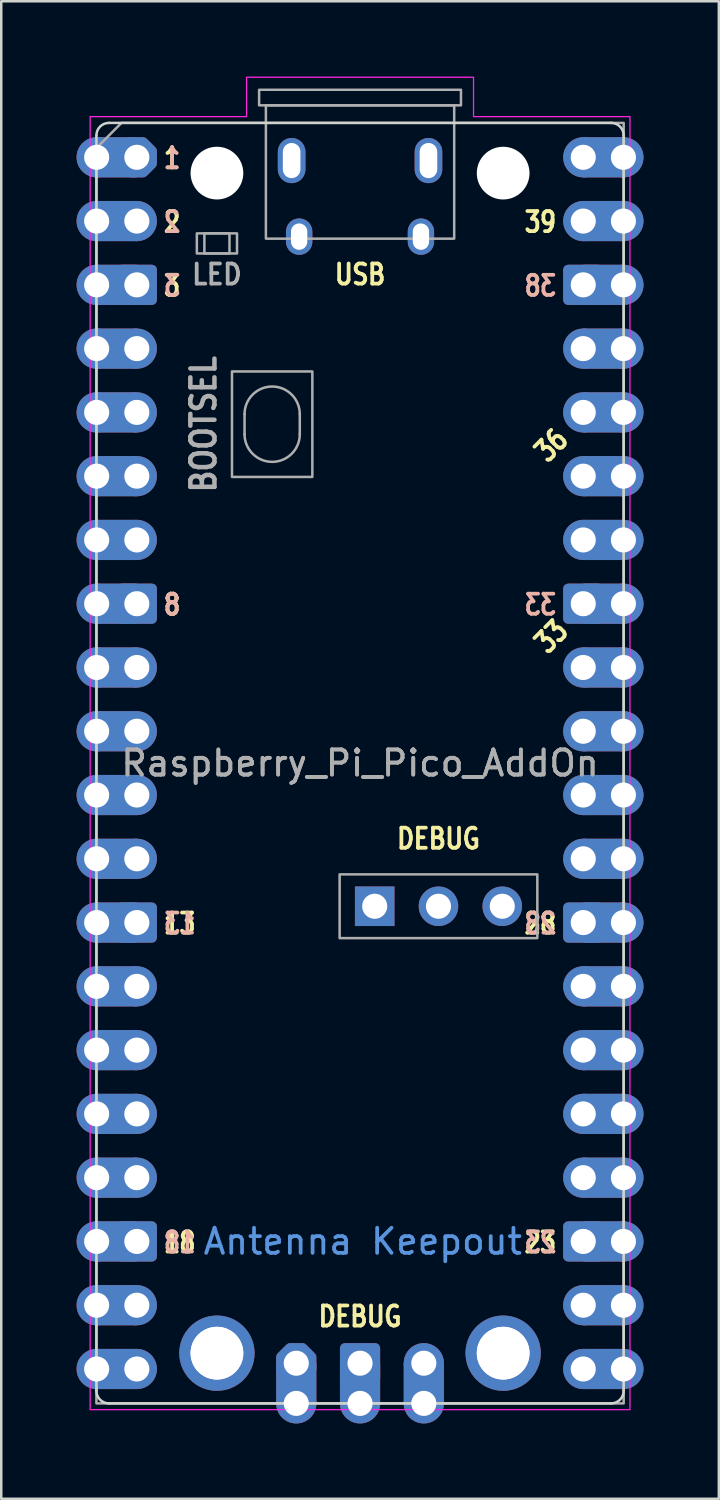
<source format=kicad_pcb>
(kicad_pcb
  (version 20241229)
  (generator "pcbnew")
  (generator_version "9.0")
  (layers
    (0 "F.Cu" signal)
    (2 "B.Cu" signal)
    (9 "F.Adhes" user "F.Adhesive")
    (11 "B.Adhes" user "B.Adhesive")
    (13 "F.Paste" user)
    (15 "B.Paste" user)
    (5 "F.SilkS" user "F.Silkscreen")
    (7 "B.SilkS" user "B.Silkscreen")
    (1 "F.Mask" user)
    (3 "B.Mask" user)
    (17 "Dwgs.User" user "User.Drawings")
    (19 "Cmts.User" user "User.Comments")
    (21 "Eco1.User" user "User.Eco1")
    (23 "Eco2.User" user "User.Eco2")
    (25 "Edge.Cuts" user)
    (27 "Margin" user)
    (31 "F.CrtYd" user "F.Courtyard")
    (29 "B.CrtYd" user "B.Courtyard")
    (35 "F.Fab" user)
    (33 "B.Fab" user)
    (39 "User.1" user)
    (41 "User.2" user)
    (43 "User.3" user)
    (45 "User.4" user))
  (footprint "Raspberry_Pi_Pico_AddOn"
    (layer "F.Cu")
    (at 2.4 3.215)
    (property "Reference" "Raspberry_Pi_Pico_AddOn" (at 8.89 24.13 0) (layer "F.Fab") (effects (font (size 1 1) (thickness 0.15))))
    (attr through_hole)
    (fp_line (start -1.61 -0.87) (end -1.61 49.13) (stroke (width 0.1) (type solid)) (layer "Edge.Cuts"))
    (fp_line (start -1.11 49.63) (end 18.89 49.63) (stroke (width 0.1) (type solid)) (layer "Edge.Cuts"))
    (fp_line (start 18.89 -1.37) (end -1.11 -1.37) (stroke (width 0.1) (type solid)) (layer "Edge.Cuts"))
    (fp_line (start 19.39 49.13) (end 19.39 -0.87) (stroke (width 0.1) (type solid)) (layer "Edge.Cuts"))
    (fp_arc (start -1.61 -0.87) (mid -1.463553 -1.223553) (end -1.11 -1.37) (stroke (width 0.1) (type solid)) (layer "Edge.Cuts"))
    (fp_arc (start -1.11 49.63) (mid -1.463553 49.483554) (end -1.61 49.13) (stroke (width 0.1) (type solid)) (layer "Edge.Cuts"))
    (fp_arc (start 18.89 -1.37) (mid 19.243553 -1.223553) (end 19.39 -0.87) (stroke (width 0.1) (type solid)) (layer "Edge.Cuts"))
    (fp_arc (start 19.39 49.13) (mid 19.243553 49.483553) (end 18.89 49.63) (stroke (width 0.1) (type solid)) (layer "Edge.Cuts"))
    (fp_poly (pts (xy 13.41 -1.62) (xy 19.64 -1.62) (xy 19.64 49.88) (xy -1.86 49.88) (xy -1.86 -1.62) (xy 4.37 -1.62) (xy 4.37 -3.19) (xy 13.41 -3.19)) (stroke (width 0.05) (type solid)) (fill no) (layer "F.CrtYd"))
    (fp_line (start 4.29 10.23) (end 4.29 11.03) (stroke (width 0.1) (type solid)) (layer "F.Fab"))
    (fp_line (start 6.49 10.23) (end 6.49 11.03) (stroke (width 0.1) (type solid)) (layer "F.Fab"))
    (fp_rect (start 2.39 3.03) (end 3.99 3.83) (stroke (width 0.1) (type solid)) (fill no) (layer "F.Fab"))
    (fp_rect (start 2.69 3.03) (end 3.69 3.83) (stroke (width 0.1) (type solid)) (fill no) (layer "F.Fab"))
    (fp_rect (start 3.79 8.53) (end 6.99 12.73) (stroke (width 0.1) (type solid)) (fill no) (layer "F.Fab"))
    (fp_rect (start 4.87 -2.69) (end 12.91 -2.07) (stroke (width 0.1) (type solid)) (fill no) (layer "F.Fab"))
    (fp_rect (start 5.14 -2.07) (end 12.64 3.24) (stroke (width 0.1) (type solid)) (fill no) (layer "F.Fab"))
    (fp_rect (start 8.077 28.56) (end 15.951 31.1) (stroke (width 0.1) (type solid)) (fill no) (layer "F.Fab"))
    (fp_arc (start 4.29 10.23) (mid 5.39 9.13) (end 6.49 10.23) (stroke (width 0.1) (type solid)) (layer "F.Fab"))
    (fp_arc (start 6.49 11.03) (mid 5.39 12.13) (end 4.29 11.03) (stroke (width 0.1) (type solid)) (layer "F.Fab"))
    (fp_poly (pts (xy 19.39 49.63) (xy -1.61 49.63) (xy -1.61 -0.37) (xy -0.61 -1.37) (xy 19.39 -1.37)) (stroke (width 0.1) (type solid)) (fill no) (layer "F.Fab"))
    (fp_text user "8" (at 1 17.818 0) (unlocked yes) (layer "F.SilkS") (effects (font (size 0.8 0.64) (thickness 0.15)) (justify left)))
    (fp_text user "2" (at 1 2.578 0) (unlocked yes) (layer "F.SilkS") (effects (font (size 0.8 0.64) (thickness 0.15)) (justify left)))
    (fp_text user "39" (at 16.78 2.578 0) (unlocked yes) (layer "F.SilkS") (effects (font (size 0.8 0.64) (thickness 0.15)) (justify right)))
    (fp_text user "28" (at 16.78 30.518 0) (unlocked yes) (layer "F.SilkS") (effects (font (size 0.8 0.64) (thickness 0.15)) (justify right)))
    (fp_text user "18" (at 1 43.218 0) (unlocked yes) (layer "F.SilkS") (effects (font (size 0.8 0.64) (thickness 0.15)) (justify left)))
    (fp_text user "1" (at 1 0.038 0) (unlocked yes) (layer "F.SilkS") (effects (font (size 0.8 0.64) (thickness 0.15)) (justify left)))
    (fp_text user "36" (at 16.51 11.468 45) (unlocked yes) (layer "F.SilkS") (effects (font (size 0.8 0.64) (thickness 0.15))))
    (fp_text user "DEBUG" (at 8.89 46.168 0) (unlocked yes) (layer "F.SilkS") (effects (font (size 0.8 0.66) (thickness 0.15))))
    (fp_text user "33" (at 16.51 19.088 45) (unlocked yes) (layer "F.SilkS") (effects (font (size 0.8 0.64) (thickness 0.15))))
    (fp_text user "USB" (at 8.89 4.668 0) (unlocked yes) (layer "F.SilkS") (effects (font (size 0.8 0.66) (thickness 0.15))))
    (fp_text user "3" (at 1 5.118 0) (unlocked yes) (layer "F.SilkS") (effects (font (size 0.8 0.64) (thickness 0.15)) (justify left)))
    (fp_text user "DEBUG" (at 12.014 27.138 0) (unlocked yes) (layer "F.SilkS") (effects (font (size 0.8 0.66) (thickness 0.15))))
    (fp_text user "13" (at 1 30.518 0) (unlocked yes) (layer "F.SilkS") (effects (font (size 0.8 0.64) (thickness 0.15)) (justify left)))
    (fp_text user "23" (at 16.78 43.218 0) (unlocked yes) (layer "F.SilkS") (effects (font (size 0.8 0.64) (thickness 0.15)) (justify right)))
    (fp_text user "2" (at 1 2.578 0) (unlocked yes) (layer "B.SilkS") (effects (font (size 0.8 0.64) (thickness 0.15)) (justify right mirror)))
    (fp_text user "13" (at 1 30.518 0) (unlocked yes) (layer "B.SilkS") (effects (font (size 0.8 0.64) (thickness 0.15)) (justify right mirror)))
    (fp_text user "38" (at 16.78 5.118 0) (unlocked yes) (layer "B.SilkS") (effects (font (size 0.8 0.64) (thickness 0.15)) (justify left mirror)))
    (fp_text user "1" (at 1 0.038 0) (unlocked yes) (layer "B.SilkS") (effects (font (size 0.8 0.64) (thickness 0.15)) (justify right mirror)))
    (fp_text user "8" (at 1 17.818 0) (unlocked yes) (layer "B.SilkS") (effects (font (size 0.8 0.64) (thickness 0.15)) (justify right mirror)))
    (fp_text user "28" (at 16.78 30.518 0) (unlocked yes) (layer "B.SilkS") (effects (font (size 0.8 0.64) (thickness 0.15)) (justify left mirror)))
    (fp_text user "3" (at 1 5.118 0) (unlocked yes) (layer "B.SilkS") (effects (font (size 0.8 0.64) (thickness 0.15)) (justify right mirror)))
    (fp_text user "33" (at 16.78 17.818 0) (unlocked yes) (layer "B.SilkS") (effects (font (size 0.8 0.64) (thickness 0.15)) (justify left mirror)))
    (fp_text user "18" (at 1 43.218 0) (unlocked yes) (layer "B.SilkS") (effects (font (size 0.8 0.64) (thickness 0.15)) (justify right mirror)))
    (fp_text user "23" (at 16.78 43.218 0) (unlocked yes) (layer "B.SilkS") (effects (font (size 0.8 0.64) (thickness 0.15)) (justify left mirror)))
    (fp_text user "Antenna Keepout" (at 9 43.18 0) (unlocked yes) (layer "Cmts.User") (effects (font (size 1 1) (thickness 0.15))))
    (fp_text user "LED" (at 3.19 4.668 0) (unlocked yes) (layer "F.Fab") (effects (font (size 0.8 0.72) (thickness 0.15))))
    (fp_text user "${REFERENCE}" (at 8.89 24.13 0) (unlocked yes) (layer "F.Fab") (effects (font (size 1 1) (thickness 0.15))))
    (fp_text user "BOOTSEL" (at 2.656 10.63 90) (unlocked yes) (layer "F.Fab") (effects (font (size 0.96 0.825) (thickness 0.18))))
    (pad "" np_thru_hole circle (at 3.19 0.63) (size 2.1 2.1) (drill 2.1) (layers "*.Cu" "*.Mask"))
    (pad "" np_thru_hole circle (at 3.19 47.63) (size 2.1 2.1) (drill 2.1) (layers "*.Cu" "*.Mask"))
    (pad "" np_thru_hole circle (at 14.59 0.63) (size 2.1 2.1) (drill 2.1) (layers "*.Cu" "*.Mask"))
    (pad "" np_thru_hole circle (at 14.59 47.63) (size 2.1 2.1) (drill 2.1) (layers "*.Cu" "*.Mask"))
    (pad "1" thru_hole circle (at -1.6 0) (size 1.6 1.6) (drill 1) (property pad_prop_castellated) (layers "*.Cu" "*.Mask"))
    (pad "1" smd rect (at -0.8 0) (size 1.6 1.6) (layers "F.Cu" "F.Mask"))
    (pad "1" smd rect (at -0.8 0) (size 1.6 1.6) (layers "B.Cu" "B.Mask"))
    (pad "1" thru_hole custom (at 0 0) (size 1.6 1.6) (drill 1) (layers "*.Cu" "*.Mask") (options (anchor circle)) (primitives (gr_poly (pts (xy 0.6 0.249) (xy 0.249 0.6) (xy -0.249 0.6) (xy -0.6 0.249) (xy -0.6 -0.249) (xy -0.249 -0.6) (xy 0.249 -0.6) (xy 0.6 -0.249)) (width 0.4) (fill yes))))
    (pad "2" thru_hole circle (at -1.6 2.54) (size 1.6 1.6) (drill 1) (property pad_prop_castellated) (layers "*.Cu" "*.Mask"))
    (pad "2" smd rect (at -0.8 2.54) (size 1.6 1.6) (layers "F.Cu" "F.Mask"))
    (pad "2" smd rect (at -0.8 2.54) (size 1.6 1.6) (layers "B.Cu" "B.Mask"))
    (pad "2" thru_hole circle (at 0 2.54) (size 1.6 1.6) (drill 1) (layers "*.Cu" "*.Mask"))
    (pad "3" thru_hole circle (at -1.6 5.08) (size 1.6 1.6) (drill 1) (property pad_prop_castellated) (layers "*.Cu" "*.Mask"))
    (pad "3" smd rect (at -0.8 5.08) (size 1.6 1.6) (layers "F.Cu" "F.Mask"))
    (pad "3" smd rect (at -0.8 5.08) (size 1.6 1.6) (layers "B.Cu" "B.Mask"))
    (pad "3" thru_hole roundrect (at 0 5.08) (size 1.6 1.6) (drill 1) (layers "*.Cu" "*.Mask") (roundrect_rratio 0.125))
    (pad "4" thru_hole circle (at -1.6 7.62) (size 1.6 1.6) (drill 1) (property pad_prop_castellated) (layers "*.Cu" "*.Mask"))
    (pad "4" smd rect (at -0.8 7.62) (size 1.6 1.6) (layers "F.Cu" "F.Mask"))
    (pad "4" smd rect (at -0.8 7.62) (size 1.6 1.6) (layers "B.Cu" "B.Mask"))
    (pad "4" thru_hole circle (at 0 7.62) (size 1.6 1.6) (drill 1) (layers "*.Cu" "*.Mask"))
    (pad "5" thru_hole circle (at -1.6 10.16) (size 1.6 1.6) (drill 1) (property pad_prop_castellated) (layers "*.Cu" "*.Mask"))
    (pad "5" smd rect (at -0.8 10.16) (size 1.6 1.6) (layers "F.Cu" "F.Mask"))
    (pad "5" smd rect (at -0.8 10.16) (size 1.6 1.6) (layers "B.Cu" "B.Mask"))
    (pad "5" thru_hole circle (at 0 10.16) (size 1.6 1.6) (drill 1) (layers "*.Cu" "*.Mask"))
    (pad "6" thru_hole circle (at -1.6 12.7) (size 1.6 1.6) (drill 1) (property pad_prop_castellated) (layers "*.Cu" "*.Mask"))
    (pad "6" smd rect (at -0.8 12.7) (size 1.6 1.6) (layers "F.Cu" "F.Mask"))
    (pad "6" smd rect (at -0.8 12.7) (size 1.6 1.6) (layers "B.Cu" "B.Mask"))
    (pad "6" thru_hole circle (at 0 12.7) (size 1.6 1.6) (drill 1) (layers "*.Cu" "*.Mask"))
    (pad "7" thru_hole circle (at -1.6 15.24) (size 1.6 1.6) (drill 1) (property pad_prop_castellated) (layers "*.Cu" "*.Mask"))
    (pad "7" smd rect (at -0.8 15.24) (size 1.6 1.6) (layers "F.Cu" "F.Mask"))
    (pad "7" smd rect (at -0.8 15.24) (size 1.6 1.6) (layers "B.Cu" "B.Mask"))
    (pad "7" thru_hole circle (at 0 15.24) (size 1.6 1.6) (drill 1) (layers "*.Cu" "*.Mask"))
    (pad "8" thru_hole circle (at -1.6 17.78) (size 1.6 1.6) (drill 1) (property pad_prop_castellated) (layers "*.Cu" "*.Mask"))
    (pad "8" smd rect (at -0.8 17.78) (size 1.6 1.6) (layers "F.Cu" "F.Mask"))
    (pad "8" smd rect (at -0.8 17.78) (size 1.6 1.6) (layers "B.Cu" "B.Mask"))
    (pad "8" thru_hole roundrect (at 0 17.78) (size 1.6 1.6) (drill 1) (layers "*.Cu" "*.Mask") (roundrect_rratio 0.125))
    (pad "9" thru_hole circle (at -1.6 20.32) (size 1.6 1.6) (drill 1) (property pad_prop_castellated) (layers "*.Cu" "*.Mask"))
    (pad "9" smd rect (at -0.8 20.32) (size 1.6 1.6) (layers "F.Cu" "F.Mask"))
    (pad "9" smd rect (at -0.8 20.32) (size 1.6 1.6) (layers "B.Cu" "B.Mask"))
    (pad "9" thru_hole circle (at 0 20.32) (size 1.6 1.6) (drill 1) (layers "*.Cu" "*.Mask"))
    (pad "10" thru_hole circle (at -1.6 22.86) (size 1.6 1.6) (drill 1) (property pad_prop_castellated) (layers "*.Cu" "*.Mask"))
    (pad "10" smd rect (at -0.8 22.86) (size 1.6 1.6) (layers "F.Cu" "F.Mask"))
    (pad "10" smd rect (at -0.8 22.86) (size 1.6 1.6) (layers "B.Cu" "B.Mask"))
    (pad "10" thru_hole circle (at 0 22.86) (size 1.6 1.6) (drill 1) (layers "*.Cu" "*.Mask"))
    (pad "11" thru_hole circle (at -1.6 25.4) (size 1.6 1.6) (drill 1) (property pad_prop_castellated) (layers "*.Cu" "*.Mask"))
    (pad "11" smd rect (at -0.8 25.4) (size 1.6 1.6) (layers "F.Cu" "F.Mask"))
    (pad "11" smd rect (at -0.8 25.4) (size 1.6 1.6) (layers "B.Cu" "B.Mask"))
    (pad "11" thru_hole circle (at 0 25.4) (size 1.6 1.6) (drill 1) (layers "*.Cu" "*.Mask"))
    (pad "12" thru_hole circle (at -1.6 27.94) (size 1.6 1.6) (drill 1) (property pad_prop_castellated) (layers "*.Cu" "*.Mask"))
    (pad "12" smd rect (at -0.8 27.94) (size 1.6 1.6) (layers "F.Cu" "F.Mask"))
    (pad "12" smd rect (at -0.8 27.94) (size 1.6 1.6) (layers "B.Cu" "B.Mask"))
    (pad "12" thru_hole circle (at 0 27.94) (size 1.6 1.6) (drill 1) (layers "*.Cu" "*.Mask"))
    (pad "13" thru_hole circle (at -1.6 30.48) (size 1.6 1.6) (drill 1) (property pad_prop_castellated) (layers "*.Cu" "*.Mask"))
    (pad "13" smd rect (at -0.8 30.48) (size 1.6 1.6) (layers "F.Cu" "F.Mask"))
    (pad "13" smd rect (at -0.8 30.48) (size 1.6 1.6) (layers "B.Cu" "B.Mask"))
    (pad "13" thru_hole roundrect (at 0 30.48) (size 1.6 1.6) (drill 1) (layers "*.Cu" "*.Mask") (roundrect_rratio 0.125))
    (pad "14" thru_hole circle (at -1.6 33.02) (size 1.6 1.6) (drill 1) (property pad_prop_castellated) (layers "*.Cu" "*.Mask"))
    (pad "14" smd rect (at -0.8 33.02) (size 1.6 1.6) (layers "F.Cu" "F.Mask"))
    (pad "14" smd rect (at -0.8 33.02) (size 1.6 1.6) (layers "B.Cu" "B.Mask"))
    (pad "14" thru_hole circle (at 0 33.02) (size 1.6 1.6) (drill 1) (layers "*.Cu" "*.Mask"))
    (pad "15" thru_hole circle (at -1.6 35.56) (size 1.6 1.6) (drill 1) (property pad_prop_castellated) (layers "*.Cu" "*.Mask"))
    (pad "15" smd rect (at -0.8 35.56) (size 1.6 1.6) (layers "F.Cu" "F.Mask"))
    (pad "15" smd rect (at -0.8 35.56) (size 1.6 1.6) (layers "B.Cu" "B.Mask"))
    (pad "15" thru_hole circle (at 0 35.56) (size 1.6 1.6) (drill 1) (layers "*.Cu" "*.Mask"))
    (pad "16" thru_hole circle (at -1.6 38.1) (size 1.6 1.6) (drill 1) (property pad_prop_castellated) (layers "*.Cu" "*.Mask"))
    (pad "16" smd rect (at -0.8 38.1) (size 1.6 1.6) (layers "F.Cu" "F.Mask"))
    (pad "16" smd rect (at -0.8 38.1) (size 1.6 1.6) (layers "B.Cu" "B.Mask"))
    (pad "16" thru_hole circle (at 0 38.1) (size 1.6 1.6) (drill 1) (layers "*.Cu" "*.Mask"))
    (pad "17" thru_hole circle (at -1.6 40.64) (size 1.6 1.6) (drill 1) (property pad_prop_castellated) (layers "*.Cu" "*.Mask"))
    (pad "17" smd rect (at -0.8 40.64) (size 1.6 1.6) (layers "F.Cu" "F.Mask"))
    (pad "17" smd rect (at -0.8 40.64) (size 1.6 1.6) (layers "B.Cu" "B.Mask"))
    (pad "17" thru_hole circle (at 0 40.64) (size 1.6 1.6) (drill 1) (layers "*.Cu" "*.Mask"))
    (pad "18" thru_hole circle (at -1.6 43.18) (size 1.6 1.6) (drill 1) (property pad_prop_castellated) (layers "*.Cu" "*.Mask"))
    (pad "18" smd rect (at -0.8 43.18) (size 1.6 1.6) (layers "F.Cu" "F.Mask"))
    (pad "18" smd rect (at -0.8 43.18) (size 1.6 1.6) (layers "B.Cu" "B.Mask"))
    (pad "18" thru_hole roundrect (at 0 43.18) (size 1.6 1.6) (drill 1) (layers "*.Cu" "*.Mask") (roundrect_rratio 0.125))
    (pad "19" thru_hole circle (at -1.6 45.72) (size 1.6 1.6) (drill 1) (property pad_prop_castellated) (layers "*.Cu" "*.Mask"))
    (pad "19" smd rect (at -0.8 45.72) (size 1.6 1.6) (layers "F.Cu" "F.Mask"))
    (pad "19" smd rect (at -0.8 45.72) (size 1.6 1.6) (layers "B.Cu" "B.Mask"))
    (pad "19" thru_hole circle (at 0 45.72) (size 1.6 1.6) (drill 1) (layers "*.Cu" "*.Mask"))
    (pad "20" thru_hole circle (at -1.6 48.26) (size 1.6 1.6) (drill 1) (property pad_prop_castellated) (layers "*.Cu" "*.Mask"))
    (pad "20" smd rect (at -0.8 48.26) (size 1.6 1.6) (layers "F.Cu" "F.Mask"))
    (pad "20" smd rect (at -0.8 48.26) (size 1.6 1.6) (layers "B.Cu" "B.Mask"))
    (pad "20" thru_hole circle (at 0 48.26) (size 1.6 1.6) (drill 1) (layers "*.Cu" "*.Mask"))
    (pad "21" thru_hole circle (at 17.78 48.26) (size 1.6 1.6) (drill 1) (layers "*.Cu" "*.Mask"))
    (pad "21" smd rect (at 18.58 48.26) (size 1.6 1.6) (layers "F.Cu" "F.Mask"))
    (pad "21" smd rect (at 18.58 48.26) (size 1.6 1.6) (layers "B.Cu" "B.Mask"))
    (pad "21" thru_hole circle (at 19.38 48.26) (size 1.6 1.6) (drill 1) (property pad_prop_castellated) (layers "*.Cu" "*.Mask"))
    (pad "22" thru_hole circle (at 17.78 45.72) (size 1.6 1.6) (drill 1) (layers "*.Cu" "*.Mask"))
    (pad "22" smd rect (at 18.58 45.72) (size 1.6 1.6) (layers "F.Cu" "F.Mask"))
    (pad "22" smd rect (at 18.58 45.72) (size 1.6 1.6) (layers "B.Cu" "B.Mask"))
    (pad "22" thru_hole circle (at 19.38 45.72) (size 1.6 1.6) (drill 1) (property pad_prop_castellated) (layers "*.Cu" "*.Mask"))
    (pad "23" thru_hole roundrect (at 17.78 43.18) (size 1.6 1.6) (drill 1) (layers "*.Cu" "*.Mask") (roundrect_rratio 0.125))
    (pad "23" smd rect (at 18.58 43.18) (size 1.6 1.6) (layers "F.Cu" "F.Mask"))
    (pad "23" smd rect (at 18.58 43.18) (size 1.6 1.6) (layers "B.Cu" "B.Mask"))
    (pad "23" thru_hole circle (at 19.38 43.18) (size 1.6 1.6) (drill 1) (property pad_prop_castellated) (layers "*.Cu" "*.Mask"))
    (pad "24" thru_hole circle (at 17.78 40.64) (size 1.6 1.6) (drill 1) (layers "*.Cu" "*.Mask"))
    (pad "24" smd rect (at 18.58 40.64) (size 1.6 1.6) (layers "F.Cu" "F.Mask"))
    (pad "24" smd rect (at 18.58 40.64) (size 1.6 1.6) (layers "B.Cu" "B.Mask"))
    (pad "24" thru_hole circle (at 19.38 40.64) (size 1.6 1.6) (drill 1) (property pad_prop_castellated) (layers "*.Cu" "*.Mask"))
    (pad "25" thru_hole circle (at 17.78 38.1) (size 1.6 1.6) (drill 1) (layers "*.Cu" "*.Mask"))
    (pad "25" smd rect (at 18.58 38.1) (size 1.6 1.6) (layers "F.Cu" "F.Mask"))
    (pad "25" smd rect (at 18.58 38.1) (size 1.6 1.6) (layers "B.Cu" "B.Mask"))
    (pad "25" thru_hole circle (at 19.38 38.1) (size 1.6 1.6) (drill 1) (property pad_prop_castellated) (layers "*.Cu" "*.Mask"))
    (pad "26" thru_hole circle (at 17.78 35.56) (size 1.6 1.6) (drill 1) (layers "*.Cu" "*.Mask"))
    (pad "26" smd rect (at 18.58 35.56) (size 1.6 1.6) (layers "F.Cu" "F.Mask"))
    (pad "26" smd rect (at 18.58 35.56) (size 1.6 1.6) (layers "B.Cu" "B.Mask"))
    (pad "26" thru_hole circle (at 19.38 35.56) (size 1.6 1.6) (drill 1) (property pad_prop_castellated) (layers "*.Cu" "*.Mask"))
    (pad "27" thru_hole circle (at 17.78 33.02) (size 1.6 1.6) (drill 1) (layers "*.Cu" "*.Mask"))
    (pad "27" smd rect (at 18.58 33.02) (size 1.6 1.6) (layers "F.Cu" "F.Mask"))
    (pad "27" smd rect (at 18.58 33.02) (size 1.6 1.6) (layers "B.Cu" "B.Mask"))
    (pad "27" thru_hole circle (at 19.38 33.02) (size 1.6 1.6) (drill 1) (property pad_prop_castellated) (layers "*.Cu" "*.Mask"))
    (pad "28" thru_hole roundrect (at 17.78 30.48) (size 1.6 1.6) (drill 1) (layers "*.Cu" "*.Mask") (roundrect_rratio 0.125))
    (pad "28" smd rect (at 18.58 30.48) (size 1.6 1.6) (layers "F.Cu" "F.Mask"))
    (pad "28" smd rect (at 18.58 30.48) (size 1.6 1.6) (layers "B.Cu" "B.Mask"))
    (pad "28" thru_hole circle (at 19.38 30.48) (size 1.6 1.6) (drill 1) (property pad_prop_castellated) (layers "*.Cu" "*.Mask"))
    (pad "29" thru_hole circle (at 17.78 27.94) (size 1.6 1.6) (drill 1) (layers "*.Cu" "*.Mask"))
    (pad "29" smd rect (at 18.58 27.94) (size 1.6 1.6) (layers "F.Cu" "F.Mask"))
    (pad "29" smd rect (at 18.58 27.94) (size 1.6 1.6) (layers "B.Cu" "B.Mask"))
    (pad "29" thru_hole circle (at 19.38 27.94) (size 1.6 1.6) (drill 1) (property pad_prop_castellated) (layers "*.Cu" "*.Mask"))
    (pad "30" thru_hole circle (at 17.78 25.4) (size 1.6 1.6) (drill 1) (layers "*.Cu" "*.Mask"))
    (pad "30" smd rect (at 18.58 25.4) (size 1.6 1.6) (layers "F.Cu" "F.Mask"))
    (pad "30" smd rect (at 18.58 25.4) (size 1.6 1.6) (layers "B.Cu" "B.Mask"))
    (pad "30" thru_hole circle (at 19.38 25.4) (size 1.6 1.6) (drill 1) (property pad_prop_castellated) (layers "*.Cu" "*.Mask"))
    (pad "31" thru_hole circle (at 17.78 22.86) (size 1.6 1.6) (drill 1) (layers "*.Cu" "*.Mask"))
    (pad "31" smd rect (at 18.58 22.86) (size 1.6 1.6) (layers "F.Cu" "F.Mask"))
    (pad "31" smd rect (at 18.58 22.86) (size 1.6 1.6) (layers "B.Cu" "B.Mask"))
    (pad "31" thru_hole circle (at 19.38 22.86) (size 1.6 1.6) (drill 1) (property pad_prop_castellated) (layers "*.Cu" "*.Mask"))
    (pad "32" thru_hole circle (at 17.78 20.32) (size 1.6 1.6) (drill 1) (layers "*.Cu" "*.Mask"))
    (pad "32" smd rect (at 18.58 20.32) (size 1.6 1.6) (layers "F.Cu" "F.Mask"))
    (pad "32" smd rect (at 18.58 20.32) (size 1.6 1.6) (layers "B.Cu" "B.Mask"))
    (pad "32" thru_hole circle (at 19.38 20.32) (size 1.6 1.6) (drill 1) (property pad_prop_castellated) (layers "*.Cu" "*.Mask"))
    (pad "33" thru_hole roundrect (at 17.78 17.78) (size 1.6 1.6) (drill 1) (layers "*.Cu" "*.Mask") (roundrect_rratio 0.125))
    (pad "33" smd rect (at 18.58 17.78) (size 1.6 1.6) (layers "F.Cu" "F.Mask"))
    (pad "33" smd rect (at 18.58 17.78) (size 1.6 1.6) (layers "B.Cu" "B.Mask"))
    (pad "33" thru_hole circle (at 19.38 17.78) (size 1.6 1.6) (drill 1) (property pad_prop_castellated) (layers "*.Cu" "*.Mask"))
    (pad "34" thru_hole circle (at 17.78 15.24) (size 1.6 1.6) (drill 1) (layers "*.Cu" "*.Mask"))
    (pad "34" smd rect (at 18.58 15.24) (size 1.6 1.6) (layers "F.Cu" "F.Mask"))
    (pad "34" smd rect (at 18.58 15.24) (size 1.6 1.6) (layers "B.Cu" "B.Mask"))
    (pad "34" thru_hole circle (at 19.38 15.24) (size 1.6 1.6) (drill 1) (property pad_prop_castellated) (layers "*.Cu" "*.Mask"))
    (pad "35" thru_hole circle (at 17.78 12.7) (size 1.6 1.6) (drill 1) (layers "*.Cu" "*.Mask"))
    (pad "35" smd rect (at 18.58 12.7) (size 1.6 1.6) (layers "F.Cu" "F.Mask"))
    (pad "35" smd rect (at 18.58 12.7) (size 1.6 1.6) (layers "B.Cu" "B.Mask"))
    (pad "35" thru_hole circle (at 19.38 12.7) (size 1.6 1.6) (drill 1) (property pad_prop_castellated) (layers "*.Cu" "*.Mask"))
    (pad "36" thru_hole circle (at 17.78 10.16) (size 1.6 1.6) (drill 1) (layers "*.Cu" "*.Mask"))
    (pad "36" smd rect (at 18.58 10.16) (size 1.6 1.6) (layers "F.Cu" "F.Mask"))
    (pad "36" smd rect (at 18.58 10.16) (size 1.6 1.6) (layers "B.Cu" "B.Mask"))
    (pad "36" thru_hole circle (at 19.38 10.16) (size 1.6 1.6) (drill 1) (property pad_prop_castellated) (layers "*.Cu" "*.Mask"))
    (pad "37" thru_hole circle (at 17.78 7.62) (size 1.6 1.6) (drill 1) (layers "*.Cu" "*.Mask"))
    (pad "37" smd rect (at 18.58 7.62) (size 1.6 1.6) (layers "F.Cu" "F.Mask"))
    (pad "37" smd rect (at 18.58 7.62) (size 1.6 1.6) (layers "B.Cu" "B.Mask"))
    (pad "37" thru_hole circle (at 19.38 7.62) (size 1.6 1.6) (drill 1) (property pad_prop_castellated) (layers "*.Cu" "*.Mask"))
    (pad "38" thru_hole roundrect (at 17.78 5.08) (size 1.6 1.6) (drill 1) (layers "*.Cu" "*.Mask") (roundrect_rratio 0.125))
    (pad "38" smd rect (at 18.58 5.08) (size 1.6 1.6) (layers "F.Cu" "F.Mask"))
    (pad "38" smd rect (at 18.58 5.08) (size 1.6 1.6) (layers "B.Cu" "B.Mask"))
    (pad "38" thru_hole circle (at 19.38 5.08) (size 1.6 1.6) (drill 1) (property pad_prop_castellated) (layers "*.Cu" "*.Mask"))
    (pad "39" thru_hole circle (at 17.78 2.54) (size 1.6 1.6) (drill 1) (layers "*.Cu" "*.Mask"))
    (pad "39" smd rect (at 18.58 2.54) (size 1.6 1.6) (layers "F.Cu" "F.Mask"))
    (pad "39" smd rect (at 18.58 2.54) (size 1.6 1.6) (layers "B.Cu" "B.Mask"))
    (pad "39" thru_hole circle (at 19.38 2.54) (size 1.6 1.6) (drill 1) (property pad_prop_castellated) (layers "*.Cu" "*.Mask"))
    (pad "40" thru_hole circle (at 17.78 0) (size 1.6 1.6) (drill 1) (layers "*.Cu" "*.Mask"))
    (pad "40" smd rect (at 18.58 0) (size 1.6 1.6) (layers "F.Cu" "F.Mask"))
    (pad "40" smd rect (at 18.58 0) (size 1.6 1.6) (layers "B.Cu" "B.Mask"))
    (pad "40" thru_hole circle (at 19.38 0) (size 1.6 1.6) (drill 1) (property pad_prop_castellated) (layers "*.Cu" "*.Mask"))
    (pad "41" thru_hole custom (at 6.35 48.03) (size 1.6 1.6) (drill 1) (layers "*.Cu" "*.Mask") (options (anchor circle)) (primitives (gr_poly (pts (xy 0.6 0.249) (xy 0.249 0.6) (xy -0.249 0.6) (xy -0.6 0.249) (xy -0.6 -0.249) (xy -0.249 -0.6) (xy 0.249 -0.6) (xy 0.6 -0.249)) (width 0.4) (fill yes))))
    (pad "41" smd rect (at 6.35 48.83) (size 1.6 1.6) (layers "F.Cu" "F.Mask"))
    (pad "41" smd rect (at 6.35 48.83) (size 1.6 1.6) (layers "B.Cu" "B.Mask"))
    (pad "41" thru_hole circle (at 6.35 49.63) (size 1.6 1.6) (drill 1) (property pad_prop_castellated) (layers "*.Cu" "*.Mask"))
    (pad "41" thru_hole rect (at 9.474 29.83) (size 1.575 1.575) (drill 1) (layers "*.Cu" "*.Mask"))
    (pad "42" thru_hole roundrect (at 8.89 48.03) (size 1.6 1.6) (drill 1) (layers "*.Cu" "*.Mask") (roundrect_rratio 0.125))
    (pad "42" smd rect (at 8.89 48.83) (size 1.6 1.6) (layers "F.Cu" "F.Mask"))
    (pad "42" smd rect (at 8.89 48.83) (size 1.6 1.6) (layers "B.Cu" "B.Mask"))
    (pad "42" thru_hole circle (at 8.89 49.63) (size 1.6 1.6) (drill 1) (property pad_prop_castellated) (layers "*.Cu" "*.Mask"))
    (pad "42" thru_hole circle (at 12.014 29.83) (size 1.575 1.575) (drill 1) (layers "*.Cu" "*.Mask"))
    (pad "43" thru_hole circle (at 11.43 48.03) (size 1.6 1.6) (drill 1) (layers "*.Cu" "*.Mask"))
    (pad "43" smd rect (at 11.43 48.83) (size 1.6 1.6) (layers "F.Cu" "F.Mask"))
    (pad "43" smd rect (at 11.43 48.83) (size 1.6 1.6) (layers "B.Cu" "B.Mask"))
    (pad "43" thru_hole circle (at 11.43 49.63) (size 1.6 1.6) (drill 1) (property pad_prop_castellated) (layers "*.Cu" "*.Mask"))
    (pad "43" thru_hole circle (at 14.554 29.83) (size 1.575 1.575) (drill 1) (layers "*.Cu" "*.Mask"))
    (pad "44" thru_hole circle (at 3.19 47.63) (size 3 3) (drill 2.1) (layers "*.Cu" "*.Mask"))
    (pad "44" thru_hole circle (at 14.59 47.63) (size 3 3) (drill 2.1) (layers "*.Cu" "*.Mask"))
    (pad "51" thru_hole oval (at 6.165 0.13) (size 1.1 1.8) (drill oval 0.7 1.4) (layers "*.Cu" "*.Mask"))
    (pad "51" thru_hole oval (at 6.465 3.16) (size 1.05 1.45) (drill oval 0.65 1.05) (layers "*.Cu" "*.Mask"))
    (pad "51" thru_hole oval (at 11.315 3.16) (size 1.05 1.45) (drill oval 0.65 1.05) (layers "*.Cu" "*.Mask"))
    (pad "51" thru_hole oval (at 11.615 0.13) (size 1.1 1.8) (drill oval 0.7 1.4) (layers "*.Cu" "*.Mask"))
    (zone (net_name "") (layers "F.Cu" "F.Mask" "B.Cu" "B.Mask" "F.SilkS" "B.SilkS" "F.Adhes" "B.Adhes" "F.Paste" "B.Paste") (name "Antenna Keepout") (hatch full 0.508) (connect_pads) (min_thickness 0.254) (filled_areas_thickness no) (keepout (tracks not_allowed) (vias not_allowed) (pads not_allowed) (copperpour not_allowed) (footprints not_allowed)) (placement (enabled no)) (fill) (polygon (pts (xy 18.29 52.845) (xy 4.29 52.845) (xy 4.29 44.445) (xy 18.29 44.445)))))
  (gr_rect
    (start -3 -3)
    (end 25.58 56.645)
    (stroke (width 0.1) (type default))
    (fill no)
    (layer "Edge.Cuts")))
</source>
